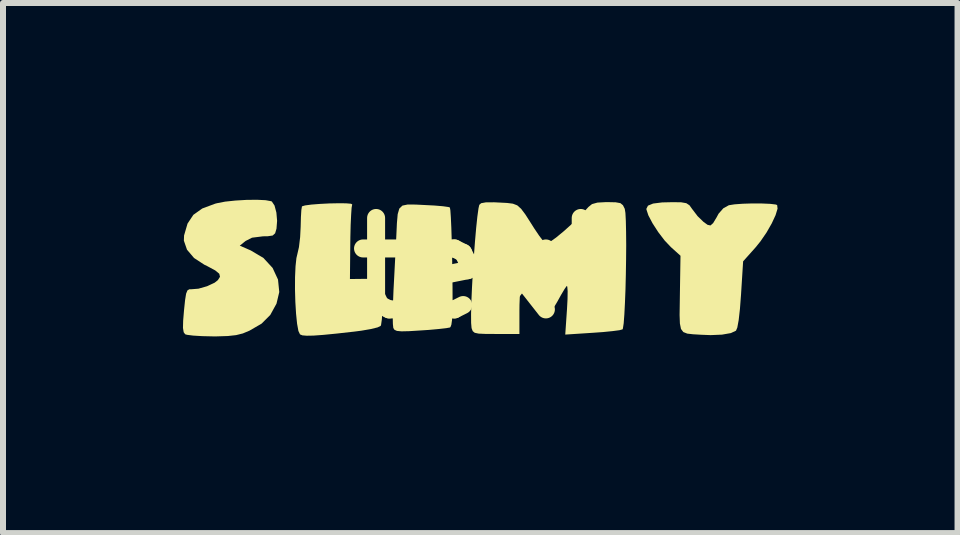
<source format=kicad_pcb>
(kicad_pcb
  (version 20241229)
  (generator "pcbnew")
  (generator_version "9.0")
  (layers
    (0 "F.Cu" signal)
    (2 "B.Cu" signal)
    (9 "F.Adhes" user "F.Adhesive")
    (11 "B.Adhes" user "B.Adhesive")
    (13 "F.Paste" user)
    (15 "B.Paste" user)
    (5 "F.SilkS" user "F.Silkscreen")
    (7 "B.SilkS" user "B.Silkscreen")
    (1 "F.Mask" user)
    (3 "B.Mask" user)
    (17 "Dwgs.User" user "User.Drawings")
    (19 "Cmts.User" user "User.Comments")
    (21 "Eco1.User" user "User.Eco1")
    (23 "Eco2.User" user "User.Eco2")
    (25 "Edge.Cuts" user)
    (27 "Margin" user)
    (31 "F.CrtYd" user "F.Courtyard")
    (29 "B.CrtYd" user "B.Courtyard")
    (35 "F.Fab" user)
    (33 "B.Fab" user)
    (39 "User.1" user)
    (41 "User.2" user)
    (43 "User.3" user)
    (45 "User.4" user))
  (footprint "text"
    (layer "F.Cu")
    (at 4.997 1.418)
    (property "Reference" "text" (at 0 0 0) (layer "F.SilkS") (effects (font (size 1.524 1.524) (thickness 0.3))))
    (attr board_only exclude_from_pos_files exclude_from_bom)
    (fp_poly (pts (xy -1.118 -1.058) (xy -0.977 -1.051) (xy -0.803 -1.042) (xy -0.662 -1.03) (xy -0.571 -1.017) (xy -0.548 -1.009) (xy -0.54 -0.963) (xy -0.532 -0.846) (xy -0.524 -0.672) (xy -0.517 -0.45) (xy -0.511 -0.193) (xy -0.508 -0.006) (xy -0.504 0.312) (xy -0.503 0.558) (xy -0.506 0.739) (xy -0.512 0.865) (xy -0.523 0.943) (xy -0.538 0.983) (xy -0.548 0.991) (xy -0.609 1.002) (xy -0.732 1.016) (xy -0.897 1.031) (xy -1.033 1.04) (xy -1.226 1.052) (xy -1.354 1.055) (xy -1.43 1.048) (xy -1.471 1.03) (xy -1.491 0.999) (xy -1.491 0.999) (xy -1.498 0.934) (xy -1.501 0.806) (xy -1.498 0.63) (xy -1.49 0.425) (xy -1.488 0.373) (xy -1.475 0.129) (xy -1.462 -0.123) (xy -1.45 -0.352) (xy -1.441 -0.529) (xy -1.431 -0.748) (xy -1.418 -0.898) (xy -1.391 -0.991) (xy -1.339 -1.041) (xy -1.252 -1.059)) (stroke (width 0) (type solid)) (fill yes) (layer "F.SilkS"))
    (fp_poly (pts (xy -2.28 -1.079) (xy -2.197 -1.072) (xy -2.176 -1.061) (xy -2.186 -1.007) (xy -2.194 -0.888) (xy -2.202 -0.718) (xy -2.207 -0.513) (xy -2.208 -0.418) (xy -2.214 0.183) (xy -1.942 0.18) (xy -1.669 0.177) (xy -1.67 0.546) (xy -1.673 0.716) (xy -1.682 0.856) (xy -1.695 0.946) (xy -1.701 0.964) (xy -1.752 0.989) (xy -1.866 1.017) (xy -2.023 1.044) (xy -2.138 1.059) (xy -2.433 1.092) (xy -2.657 1.114) (xy -2.821 1.126) (xy -2.934 1.128) (xy -3.006 1.122) (xy -3.046 1.106) (xy -3.073 1.049) (xy -3.095 0.928) (xy -3.112 0.761) (xy -3.124 0.564) (xy -3.13 0.355) (xy -3.129 0.152) (xy -3.121 -0.028) (xy -3.106 -0.167) (xy -3.092 -0.226) (xy -3.064 -0.348) (xy -3.044 -0.516) (xy -3.035 -0.694) (xy -3.035 -0.699) (xy -3.031 -0.85) (xy -3.024 -0.966) (xy -3.014 -1.026) (xy -3.012 -1.029) (xy -2.961 -1.044) (xy -2.855 -1.058) (xy -2.714 -1.069) (xy -2.558 -1.077) (xy -2.407 -1.08)) (stroke (width 0) (type solid)) (fill yes) (layer "F.SilkS"))
    (fp_poly (pts (xy 3.307 -1.096) (xy 3.393 -1.081) (xy 3.446 -1.046) (xy 3.493 -0.98) (xy 3.494 -0.979) (xy 3.581 -0.865) (xy 3.68 -0.769) (xy 3.748 -0.72) (xy 3.796 -0.71) (xy 3.84 -0.749) (xy 3.899 -0.847) (xy 3.93 -0.905) (xy 4.01 -0.996) (xy 4.102 -1.047) (xy 4.197 -1.062) (xy 4.335 -1.072) (xy 4.496 -1.077) (xy 4.656 -1.076) (xy 4.793 -1.07) (xy 4.884 -1.059) (xy 4.907 -1.05) (xy 4.914 -0.99) (xy 4.881 -0.882) (xy 4.817 -0.744) (xy 4.73 -0.592) (xy 4.629 -0.445) (xy 4.549 -0.346) (xy 4.34 -0.112) (xy 4.305 0.443) (xy 4.287 0.68) (xy 4.266 0.867) (xy 4.243 0.992) (xy 4.221 1.044) (xy 4.136 1.084) (xy 3.988 1.11) (xy 3.799 1.118) (xy 3.643 1.112) (xy 3.506 1.104) (xy 3.409 1.093) (xy 3.343 1.067) (xy 3.304 1.015) (xy 3.286 0.924) (xy 3.281 0.783) (xy 3.284 0.579) (xy 3.286 0.429) (xy 3.296 -0.205) (xy 3.134 -0.351) (xy 3.031 -0.46) (xy 2.925 -0.599) (xy 2.83 -0.746) (xy 2.76 -0.879) (xy 2.728 -0.977) (xy 2.727 -0.987) (xy 2.754 -1.04) (xy 2.839 -1.075) (xy 2.99 -1.094) (xy 3.165 -1.098)) (stroke (width 0) (type solid)) (fill yes) (layer "F.SilkS"))
    (fp_poly (pts (xy -3.619 -1.131) (xy -3.527 -1.114) (xy -3.515 -1.108) (xy -3.471 -1.042) (xy -3.44 -0.925) (xy -3.428 -0.787) (xy -3.438 -0.658) (xy -3.439 -0.654) (xy -3.461 -0.579) (xy -3.502 -0.542) (xy -3.585 -0.53) (xy -3.662 -0.529) (xy -3.846 -0.506) (xy -3.954 -0.451) (xy -4.05 -0.373) (xy -3.866 -0.293) (xy -3.656 -0.168) (xy -3.503 -0.002) (xy -3.413 0.192) (xy -3.392 0.4) (xy -3.438 0.593) (xy -3.542 0.782) (xy -3.686 0.926) (xy -3.887 1.043) (xy -3.999 1.09) (xy -4.111 1.118) (xy -4.248 1.133) (xy -4.435 1.139) (xy -4.498 1.139) (xy -4.676 1.135) (xy -4.827 1.126) (xy -4.929 1.113) (xy -4.96 1.104) (xy -4.985 1.07) (xy -4.997 0.999) (xy -4.994 0.877) (xy -4.98 0.708) (xy -4.962 0.535) (xy -4.945 0.428) (xy -4.923 0.373) (xy -4.892 0.354) (xy -4.864 0.354) (xy -4.739 0.344) (xy -4.595 0.303) (xy -4.469 0.244) (xy -4.415 0.201) (xy -4.38 0.146) (xy -4.392 0.095) (xy -4.46 0.039) (xy -4.594 -0.033) (xy -4.64 -0.055) (xy -4.812 -0.167) (xy -4.93 -0.306) (xy -4.982 -0.456) (xy -4.979 -0.543) (xy -4.921 -0.741) (xy -4.824 -0.887) (xy -4.675 -0.993) (xy -4.46 -1.073) (xy -4.429 -1.081) (xy -4.295 -1.107) (xy -4.124 -1.125) (xy -3.94 -1.136) (xy -3.764 -1.138)) (stroke (width 0) (type solid)) (fill yes) (layer "F.SilkS"))
    (fp_poly (pts (xy 2.215 -1.096) (xy 2.294 -1.082) (xy 2.337 -1.047) (xy 2.367 -0.987) (xy 2.378 -0.918) (xy 2.385 -0.785) (xy 2.389 -0.601) (xy 2.391 -0.381) (xy 2.389 -0.139) (xy 2.385 0.112) (xy 2.379 0.357) (xy 2.37 0.583) (xy 2.36 0.776) (xy 2.349 0.922) (xy 2.336 1.007) (xy 2.33 1.022) (xy 2.279 1.036) (xy 2.165 1.051) (xy 2.005 1.067) (xy 1.837 1.079) (xy 1.375 1.109) (xy 1.404 0.687) (xy 1.413 0.517) (xy 1.415 0.386) (xy 1.409 0.31) (xy 1.4 0.298) (xy 1.364 0.349) (xy 1.304 0.45) (xy 1.242 0.562) (xy 1.169 0.684) (xy 1.1 0.772) (xy 1.054 0.806) (xy 0.993 0.777) (xy 0.905 0.679) (xy 0.832 0.572) (xy 0.751 0.451) (xy 0.684 0.363) (xy 0.645 0.326) (xy 0.643 0.326) (xy 0.629 0.363) (xy 0.618 0.465) (xy 0.612 0.612) (xy 0.611 0.712) (xy 0.611 1.099) (xy 0.225 1.099) (xy 0.045 1.098) (xy -0.069 1.093) (xy -0.134 1.079) (xy -0.167 1.052) (xy -0.184 1.009) (xy -0.187 0.997) (xy -0.194 0.915) (xy -0.195 0.767) (xy -0.19 0.569) (xy -0.18 0.334) (xy -0.166 0.078) (xy -0.149 -0.184) (xy -0.13 -0.438) (xy -0.11 -0.667) (xy -0.09 -0.858) (xy -0.071 -0.995) (xy -0.058 -1.053) (xy -0.027 -1.081) (xy 0.051 -1.095) (xy 0.19 -1.096) (xy 0.271 -1.092) (xy 0.406 -1.085) (xy 0.502 -1.073) (xy 0.575 -1.045) (xy 0.639 -0.988) (xy 0.711 -0.892) (xy 0.805 -0.745) (xy 0.858 -0.661) (xy 0.941 -0.538) (xy 1.01 -0.448) (xy 1.053 -0.408) (xy 1.056 -0.407) (xy 1.118 -0.434) (xy 1.222 -0.508) (xy 1.353 -0.616) (xy 1.496 -0.745) (xy 1.636 -0.882) (xy 1.759 -1.015) (xy 1.76 -1.017) (xy 1.821 -1.066) (xy 1.911 -1.091) (xy 2.054 -1.099) (xy 2.077 -1.099)) (stroke (width 0) (type solid)) (fill yes) (layer "F.SilkS")))
  (gr_rect
    (start -3 -3)
    (end 12.911 5.836)
    (stroke (width 0.1) (type default))
    (fill no)
    (layer "Edge.Cuts")))
</source>
